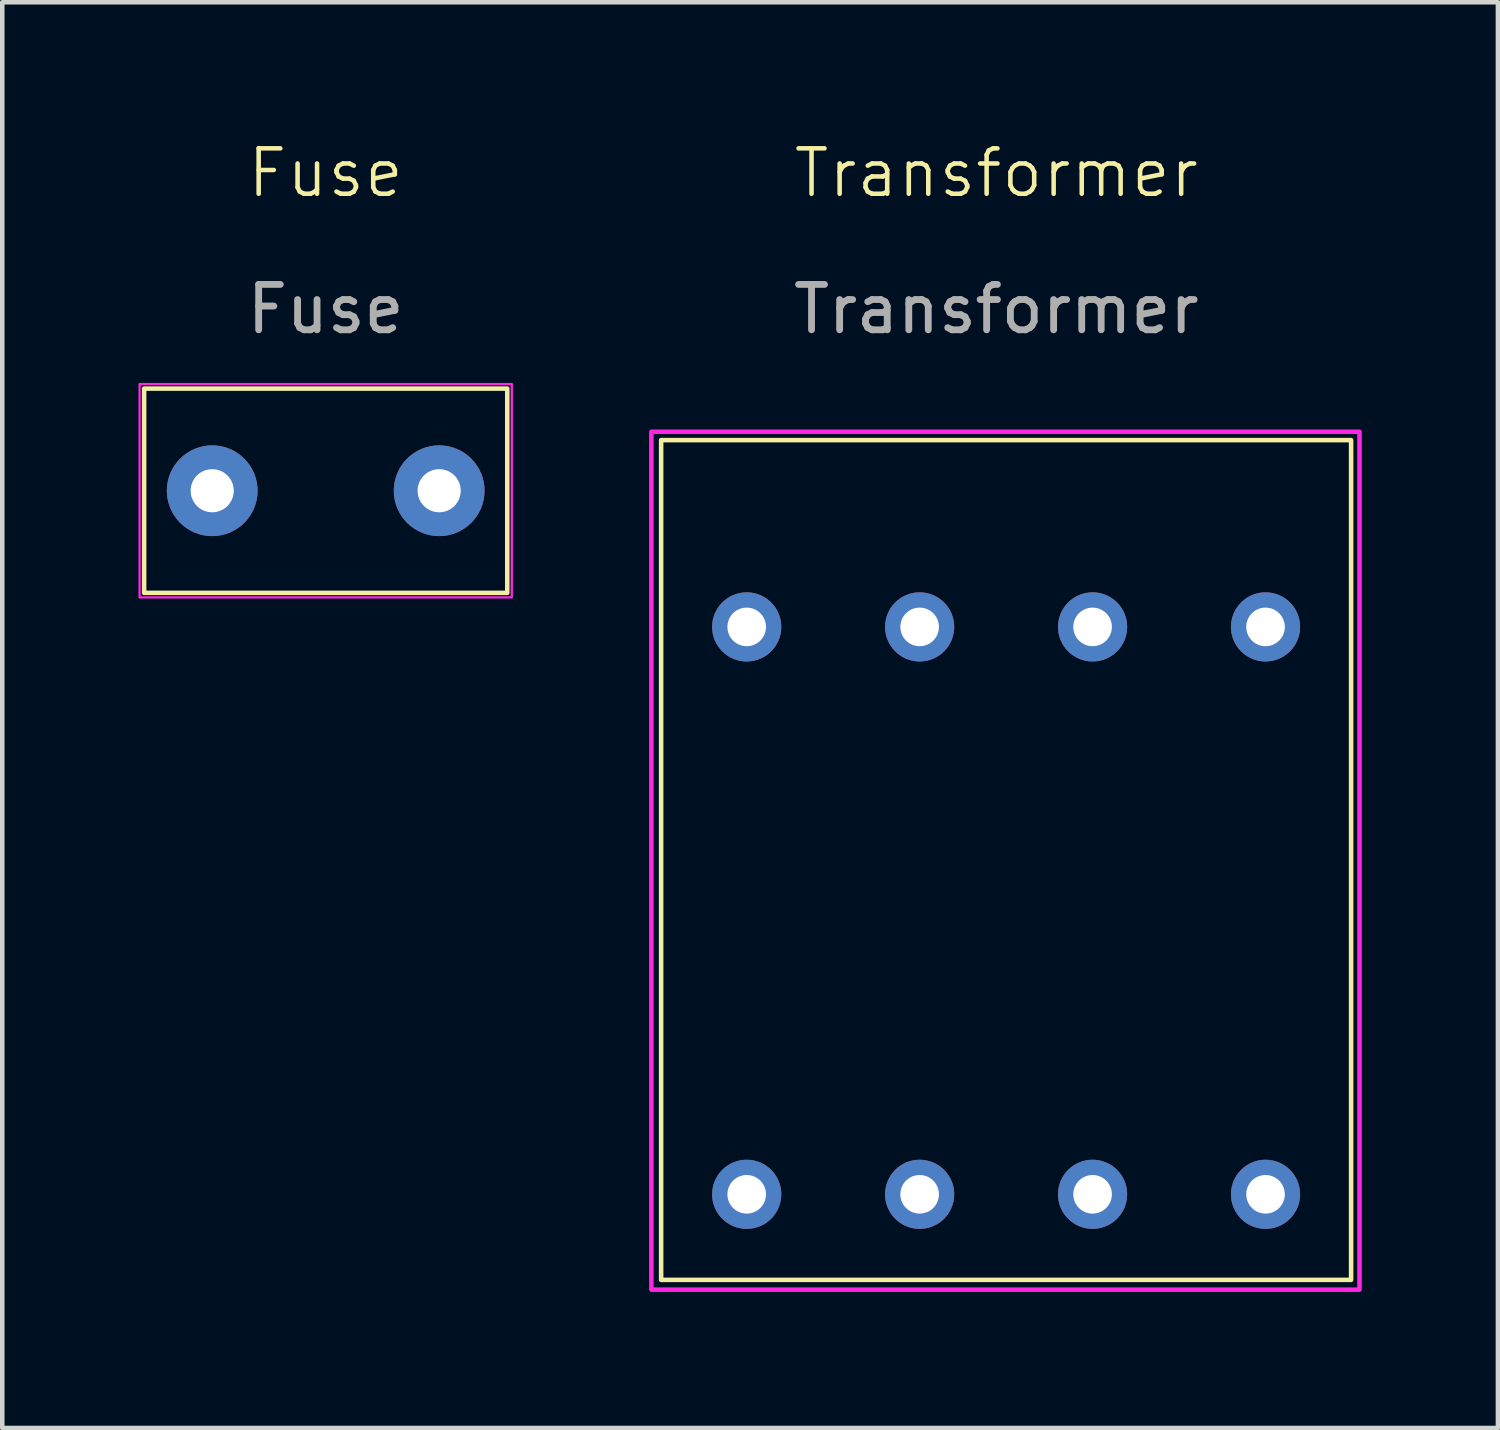
<source format=kicad_pcb>
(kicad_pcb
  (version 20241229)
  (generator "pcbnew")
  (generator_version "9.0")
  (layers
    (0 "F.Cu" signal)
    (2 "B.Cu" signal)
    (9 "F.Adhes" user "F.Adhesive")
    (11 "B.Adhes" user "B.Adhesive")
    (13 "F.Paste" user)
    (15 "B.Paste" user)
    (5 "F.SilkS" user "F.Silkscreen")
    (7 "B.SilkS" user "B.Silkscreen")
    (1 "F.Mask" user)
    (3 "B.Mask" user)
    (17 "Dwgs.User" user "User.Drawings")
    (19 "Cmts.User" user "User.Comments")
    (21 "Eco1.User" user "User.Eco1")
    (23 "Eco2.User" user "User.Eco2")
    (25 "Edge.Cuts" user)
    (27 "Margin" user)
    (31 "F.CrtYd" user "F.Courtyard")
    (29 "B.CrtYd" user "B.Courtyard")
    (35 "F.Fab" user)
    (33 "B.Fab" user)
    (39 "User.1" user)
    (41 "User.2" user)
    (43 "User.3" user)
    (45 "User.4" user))
  (footprint "Transformer"
    (layer "F.Cu")
    (at 13.4 23.261)
    (property "Reference" "Transformer" (at 5.5 -22.5 0) (unlocked yes) (layer "F.SilkS") (effects (font (size 1 1) (thickness 0.1))))
    (attr through_hole)
    (fp_rect (start -1.885 -16.615) (end 13.315 1.885) (stroke (width 0.1) (type default)) (fill no) (layer "F.SilkS"))
    (fp_rect (start -2.1 -16.8) (end 13.5 2.1) (stroke (width 0.1) (type default)) (fill no) (layer "F.CrtYd"))
    (fp_text user "${REFERENCE}" (at 5.5 -19.5 0) (unlocked yes) (layer "F.Fab") (effects (font (size 1 1) (thickness 0.15))))
    (pad "1" thru_hole circle (at 0 0) (size 1.524 1.524) (drill 0.85) (layers "*.Cu" "*.Mask"))
    (pad "2" thru_hole circle (at 3.81 0) (size 1.524 1.524) (drill 0.85) (layers "*.Cu" "*.Mask"))
    (pad "3" thru_hole circle (at 7.62 0) (size 1.524 1.524) (drill 0.85) (layers "*.Cu" "*.Mask"))
    (pad "4" thru_hole circle (at 11.43 0) (size 1.524 1.524) (drill 0.85) (layers "*.Cu" "*.Mask"))
    (pad "5" thru_hole circle (at 11.43 -12.5) (size 1.524 1.524) (drill 0.85) (layers "*.Cu" "*.Mask"))
    (pad "6" thru_hole circle (at 7.62 -12.5) (size 1.524 1.524) (drill 0.85) (layers "*.Cu" "*.Mask"))
    (pad "7" thru_hole circle (at 3.81 -12.5) (size 1.524 1.524) (drill 0.85) (layers "*.Cu" "*.Mask"))
    (pad "8" thru_hole circle (at 0 -12.5) (size 1.524 1.524) (drill 0.85) (layers "*.Cu" "*.Mask")))
  (footprint "Fuse"
    (layer "F.Cu")
    (at 4.125 7.761)
    (property "Reference" "Fuse" (at 0 -7 0) (unlocked yes) (layer "F.SilkS") (effects (font (size 1 1) (thickness 0.1))))
    (attr through_hole)
    (fp_rect (start -4 -2.25) (end 4 2.25) (stroke (width 0.1) (type default)) (fill no) (layer "F.SilkS"))
    (fp_rect (start -4.1 -2.35) (end 4.1 2.35) (stroke (width 0.05) (type default)) (fill no) (layer "F.CrtYd"))
    (fp_text user "${REFERENCE}" (at 0 -4 0) (unlocked yes) (layer "F.Fab") (effects (font (size 1 1) (thickness 0.15))))
    (pad "1" thru_hole circle (at -2.5 0) (size 2 2) (drill 0.95) (layers "*.Cu" "*.Mask"))
    (pad "2" thru_hole circle (at 2.5 0) (size 2 2) (drill 0.95) (layers "*.Cu" "*.Mask")))
  (gr_rect
    (start -3 -3)
    (end 29.95 28.41)
    (stroke (width 0.1) (type default))
    (fill no)
    (layer "Edge.Cuts")))
</source>
